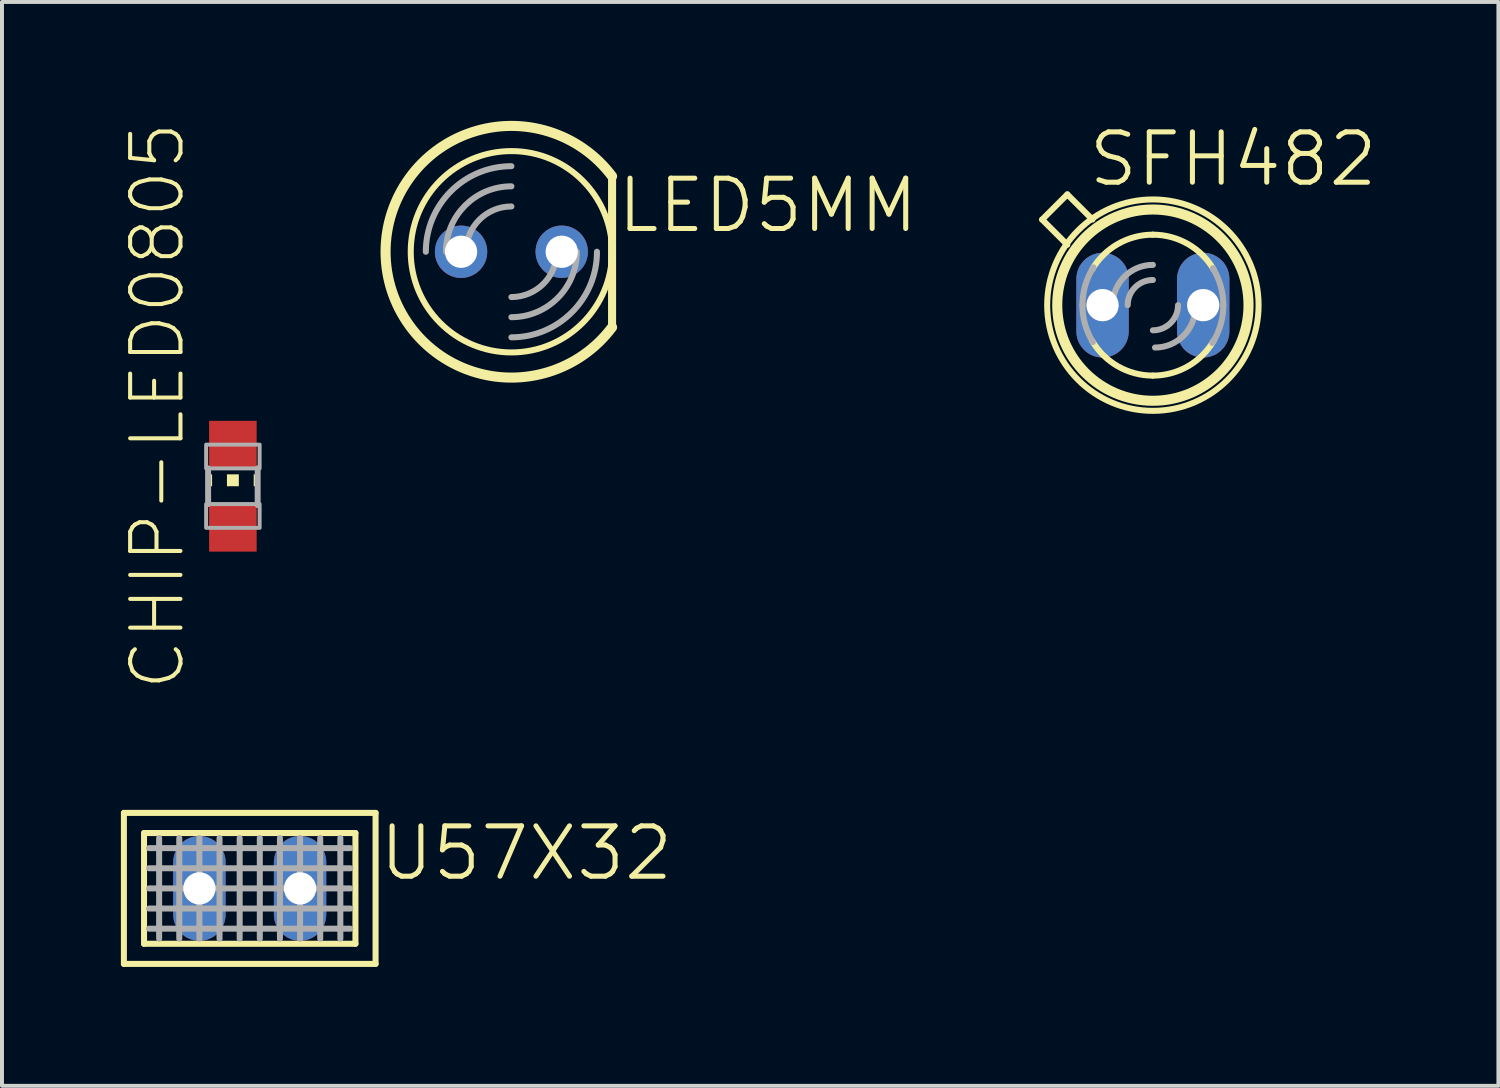
<source format=kicad_pcb>
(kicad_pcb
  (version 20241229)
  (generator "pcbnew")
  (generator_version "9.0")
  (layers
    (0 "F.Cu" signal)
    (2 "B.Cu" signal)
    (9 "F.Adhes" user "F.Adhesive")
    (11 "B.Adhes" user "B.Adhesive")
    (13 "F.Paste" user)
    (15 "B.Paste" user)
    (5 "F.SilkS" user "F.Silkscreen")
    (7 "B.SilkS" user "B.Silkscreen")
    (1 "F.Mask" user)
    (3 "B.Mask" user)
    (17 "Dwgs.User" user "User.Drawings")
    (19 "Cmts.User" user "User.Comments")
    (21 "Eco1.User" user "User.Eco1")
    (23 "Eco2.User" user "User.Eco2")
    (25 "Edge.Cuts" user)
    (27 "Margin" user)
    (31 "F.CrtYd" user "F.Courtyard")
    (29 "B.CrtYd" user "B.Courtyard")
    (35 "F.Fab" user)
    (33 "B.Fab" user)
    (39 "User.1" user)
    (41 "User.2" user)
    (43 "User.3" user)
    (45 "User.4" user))
  (footprint "LED5MM"
    (layer "F.Cu")
    (at 9.853 3.302)
    (property "Reference" "LED5MM" (at 6.471 -1.168 0) (layer "F.SilkS") (effects (font (size 1.27 1.27) (thickness 0.127))))
    (attr through_hole)
    (fp_line (start 2.54 1.905) (end 2.54 -1.905) (stroke (width 0.203) (type solid)) (layer "F.SilkS"))
    (fp_arc (start 2.54 1.905) (mid -3.174998 -0.000001) (end 2.540001 -1.904999) (stroke (width 0.254) (type solid)) (layer "F.SilkS"))
    (fp_circle (center 0 0) (end 2.54 0) (stroke (width 0.152) (type solid)) (fill no) (layer "F.SilkS"))
    (fp_arc (start -2.159 0) (mid -1.526644 -1.526644) (end 0 -2.159) (stroke (width 0.1524) (type solid)) (layer "F.Fab"))
    (fp_arc (start -1.651 0) (mid -1.167433 -1.167433) (end 0 -1.651) (stroke (width 0.1524) (type solid)) (layer "F.Fab"))
    (fp_arc (start -1.143 0) (mid -0.808223 -0.808223) (end 0 -1.143) (stroke (width 0.1524) (type solid)) (layer "F.Fab"))
    (fp_arc (start 1.143 0) (mid 0.808223 0.808223) (end 0 1.143) (stroke (width 0.1524) (type solid)) (layer "F.Fab"))
    (fp_arc (start 1.651 0) (mid 1.167433 1.167433) (end 0 1.651) (stroke (width 0.1524) (type solid)) (layer "F.Fab"))
    (fp_arc (start 2.159 0) (mid 1.526644 1.526644) (end 0 2.159) (stroke (width 0.1524) (type solid)) (layer "F.Fab"))
    (pad "A" thru_hole circle (at -1.27 0) (size 1.321 1.321) (drill 0.813) (layers "*.Cu" "*.Mask"))
    (pad "K" thru_hole circle (at 1.27 0) (size 1.321 1.321) (drill 0.813) (layers "*.Cu" "*.Mask")))
  (footprint "U57X32"
    (layer "F.Cu")
    (at 3.251 19.365)
    (property "Reference" "U57X32" (at 6.979 -0.889 0) (layer "F.SilkS") (effects (font (size 1.27 1.27) (thickness 0.127))))
    (attr through_hole)
    (fp_line (start -3.175 -1.905) (end -3.175 1.905) (stroke (width 0.152) (type solid)) (layer "F.SilkS"))
    (fp_line (start -3.175 -1.905) (end 3.175 -1.905) (stroke (width 0.152) (type solid)) (layer "F.SilkS"))
    (fp_line (start -2.667 -1.397) (end -2.667 1.397) (stroke (width 0.152) (type solid)) (layer "F.SilkS"))
    (fp_line (start -2.667 -1.397) (end 2.667 -1.397) (stroke (width 0.152) (type solid)) (layer "F.SilkS"))
    (fp_line (start 2.667 1.397) (end -2.667 1.397) (stroke (width 0.152) (type solid)) (layer "F.SilkS"))
    (fp_line (start 2.667 1.397) (end 2.667 -1.397) (stroke (width 0.152) (type solid)) (layer "F.SilkS"))
    (fp_line (start 3.175 1.905) (end -3.175 1.905) (stroke (width 0.152) (type solid)) (layer "F.SilkS"))
    (fp_line (start 3.175 1.905) (end 3.175 -1.905) (stroke (width 0.152) (type solid)) (layer "F.SilkS"))
    (fp_line (start -2.54 -1.016) (end 2.54 -1.016) (stroke (width 0.152) (type solid)) (layer "F.Fab"))
    (fp_line (start -2.54 -0.508) (end 2.54 -0.508) (stroke (width 0.152) (type solid)) (layer "F.Fab"))
    (fp_line (start -2.54 0) (end 2.54 0) (stroke (width 0.152) (type solid)) (layer "F.Fab"))
    (fp_line (start -2.54 0.508) (end 2.54 0.508) (stroke (width 0.152) (type solid)) (layer "F.Fab"))
    (fp_line (start -2.54 1.016) (end 2.54 1.016) (stroke (width 0.152) (type solid)) (layer "F.Fab"))
    (fp_line (start -2.286 -1.27) (end -2.286 1.27) (stroke (width 0.152) (type solid)) (layer "F.Fab"))
    (fp_line (start -1.778 -1.27) (end -1.778 1.27) (stroke (width 0.152) (type solid)) (layer "F.Fab"))
    (fp_line (start -1.27 -1.27) (end -1.27 1.27) (stroke (width 0.152) (type solid)) (layer "F.Fab"))
    (fp_line (start -0.762 -1.27) (end -0.762 1.27) (stroke (width 0.152) (type solid)) (layer "F.Fab"))
    (fp_line (start -0.254 -1.27) (end -0.254 1.27) (stroke (width 0.152) (type solid)) (layer "F.Fab"))
    (fp_line (start 0.254 -1.27) (end 0.254 1.27) (stroke (width 0.152) (type solid)) (layer "F.Fab"))
    (fp_line (start 0.762 -1.27) (end 0.762 1.27) (stroke (width 0.152) (type solid)) (layer "F.Fab"))
    (fp_line (start 1.27 -1.27) (end 1.27 1.27) (stroke (width 0.152) (type solid)) (layer "F.Fab"))
    (fp_line (start 1.778 -1.27) (end 1.778 1.27) (stroke (width 0.152) (type solid)) (layer "F.Fab"))
    (fp_line (start 2.286 -1.27) (end 2.286 1.27) (stroke (width 0.152) (type solid)) (layer "F.Fab"))
    (pad "A" thru_hole oval (at -1.27 0) (size 1.321 2.642) (drill 0.813) (layers "*.Cu" "*.Mask"))
    (pad "K" thru_hole oval (at 1.27 0) (size 1.321 2.642) (drill 0.813) (layers "*.Cu" "*.Mask")))
  (footprint "SFH482"
    (layer "F.Cu")
    (at 26.038 4.649)
    (property "Reference" "SFH482" (at 2.026 -3.683 0) (layer "F.SilkS") (effects (font (size 1.27 1.27) (thickness 0.127))))
    (attr through_hole)
    (fp_line (start -2.794 -2.159) (end -2.159 -2.794) (stroke (width 0.152) (type solid)) (layer "F.SilkS"))
    (fp_line (start -2.159 -1.524) (end -2.794 -2.159) (stroke (width 0.152) (type solid)) (layer "F.SilkS"))
    (fp_line (start -1.524 -2.159) (end -2.159 -2.794) (stroke (width 0.152) (type solid)) (layer "F.SilkS"))
    (fp_arc (start -1.5358 -0.8959) (mid -0.88555 -1.541787) (end 0 -1.778) (stroke (width 0.1524) (type solid)) (layer "F.SilkS"))
    (fp_arc (start 0 -1.778) (mid 0.88555 -1.541786) (end 1.5358 -0.8959) (stroke (width 0.1524) (type solid)) (layer "F.SilkS"))
    (fp_arc (start 0 1.778) (mid -0.88555 1.541786) (end -1.5358 0.8959) (stroke (width 0.1524) (type solid)) (layer "F.SilkS"))
    (fp_arc (start 1.5358 0.8959) (mid 0.88555 1.541787) (end 0 1.778) (stroke (width 0.1524) (type solid)) (layer "F.SilkS"))
    (fp_circle (center 0 0) (end 2.413 0) (stroke (width 0.254) (type solid)) (fill no) (layer "F.SilkS"))
    (fp_circle (center 0 0) (end 2.667 0) (stroke (width 0.152) (type solid)) (fill no) (layer "F.SilkS"))
    (fp_arc (start -1.778 0) (mid -1.707084 -0.497128) (end -1.5 -0.9546) (stroke (width 0.1524) (type solid)) (layer "F.Fab"))
    (fp_arc (start -1.5142 0.9318) (mid -1.710762 0.484206) (end -1.778 0) (stroke (width 0.1524) (type solid)) (layer "F.Fab"))
    (fp_arc (start -1.016 0) (mid -0.71842 -0.71842) (end 0 -1.016) (stroke (width 0.1524) (type solid)) (layer "F.Fab"))
    (fp_arc (start -0.635 0) (mid -0.449013 -0.449013) (end 0 -0.635) (stroke (width 0.1524) (type solid)) (layer "F.Fab"))
    (fp_arc (start 0.635 0) (mid 0.449013 0.449013) (end 0 0.635) (stroke (width 0.1524) (type solid)) (layer "F.Fab"))
    (fp_arc (start 1.0699 0.0539) (mid 0.77232 0.77232) (end 0.0539 1.0699) (stroke (width 0.1524) (type solid)) (layer "F.Fab"))
    (fp_arc (start 1.5142 -0.9318) (mid 1.710762 -0.484206) (end 1.778 0) (stroke (width 0.1524) (type solid)) (layer "F.Fab"))
    (fp_arc (start 1.778 0) (mid 1.707084 0.497128) (end 1.5 0.9546) (stroke (width 0.1524) (type solid)) (layer "F.Fab"))
    (pad "A" thru_hole oval (at -1.27 0) (size 1.321 2.642) (drill 0.813) (layers "*.Cu" "*.Mask"))
    (pad "K" thru_hole oval (at 1.27 0) (size 1.321 2.642) (drill 0.813) (layers "*.Cu" "*.Mask")))
  (footprint "CHIP-LED0805"
    (layer "F.Cu")
    (at 2.826 9.218)
    (property "Reference" "CHIP-LED0805" (at -1.905 -2.026 90) (layer "F.SilkS") (effects (font (size 1.27 1.27) (thickness 0.102))))
    (attr through_hole)
    (fp_poly (pts (xy -0.675 -0.3) (xy -0.525 -0.3) (xy -0.525 0) (xy -0.675 0)) (stroke (width 0) (type solid)) (fill yes) (layer "F.SilkS"))
    (fp_poly (pts (xy -0.15 -0.3) (xy 0.15 -0.3) (xy 0.15 0) (xy -0.15 0)) (stroke (width 0) (type solid)) (fill yes) (layer "F.SilkS"))
    (fp_poly (pts (xy 0.525 -0.3) (xy 0.675 -0.3) (xy 0.675 0) (xy 0.525 0)) (stroke (width 0) (type solid)) (fill yes) (layer "F.SilkS"))
    (fp_line (start -0.625 -0.45) (end -0.625 0.45) (stroke (width 0.15) (type solid)) (layer "F.Fab"))
    (fp_line (start 0.625 -0.45) (end 0.625 0.475) (stroke (width 0.15) (type solid)) (layer "F.Fab"))
    (fp_poly (pts (xy -0.675 -1.05) (xy 0.675 -1.05) (xy 0.675 -0.45) (xy -0.675 -0.45)) (stroke (width 0.1) (type solid)) (fill no) (layer "F.Fab"))
    (fp_poly (pts (xy -0.675 0.45) (xy 0.675 0.45) (xy 0.675 1.05) (xy -0.675 1.05)) (stroke (width 0.1) (type solid)) (fill no) (layer "F.Fab"))
    (pad "A" smd rect (at 0 1.05) (size 1.2 1.2) (layers "F.Cu" "F.Mask" "F.Paste"))
    (pad "C" smd rect (at 0 -1.05) (size 1.2 1.2) (layers "F.Cu" "F.Mask" "F.Paste")))
  (gr_rect
    (start -3 -3)
    (end 34.756 24.346)
    (stroke (width 0.1) (type default))
    (fill no)
    (layer "Edge.Cuts")))
</source>
